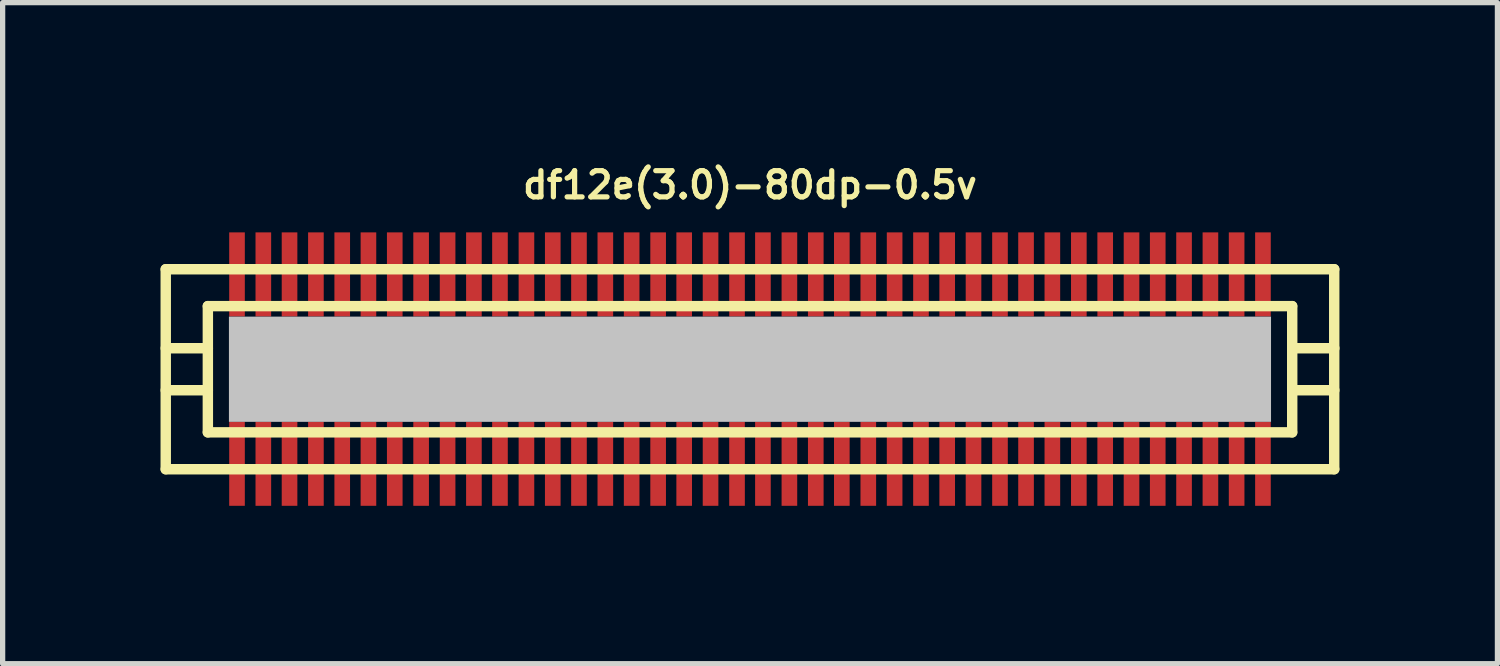
<source format=kicad_pcb>
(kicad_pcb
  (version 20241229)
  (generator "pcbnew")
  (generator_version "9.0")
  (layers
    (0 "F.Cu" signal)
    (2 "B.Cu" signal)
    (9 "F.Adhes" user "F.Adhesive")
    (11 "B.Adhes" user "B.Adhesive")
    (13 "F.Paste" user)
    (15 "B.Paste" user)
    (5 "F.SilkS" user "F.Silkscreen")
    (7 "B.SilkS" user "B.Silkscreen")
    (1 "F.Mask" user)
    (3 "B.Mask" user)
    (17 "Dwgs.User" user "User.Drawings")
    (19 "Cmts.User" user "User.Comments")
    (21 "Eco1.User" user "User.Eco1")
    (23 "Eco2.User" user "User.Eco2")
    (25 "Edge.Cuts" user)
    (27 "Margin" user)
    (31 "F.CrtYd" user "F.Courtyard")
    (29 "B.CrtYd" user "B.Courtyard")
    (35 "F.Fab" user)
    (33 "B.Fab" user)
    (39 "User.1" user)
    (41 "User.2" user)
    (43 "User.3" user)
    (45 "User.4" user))
  (footprint "df12e(3.0)-80dp-0.5v"
    (layer "F.Cu")
    (at 11.199 3.965)
    (property "Reference" "df12e(3.0)-80dp-0.5v" (at 0 -3.5 0) (layer "F.SilkS") (effects (font (size 0.498 0.498) (thickness 0.099))))
    (attr smd)
    (fp_line (start -11.1 -1.9) (end -11.1 1.9) (stroke (width 0.198) (type solid)) (layer "F.SilkS"))
    (fp_line (start -11.1 -1.9) (end 11.1 -1.9) (stroke (width 0.198) (type solid)) (layer "F.SilkS"))
    (fp_line (start -10.3 -0.399) (end -11.1 -0.399) (stroke (width 0.198) (type solid)) (layer "F.SilkS"))
    (fp_line (start -10.3 0.399) (end -11.1 0.399) (stroke (width 0.198) (type solid)) (layer "F.SilkS"))
    (fp_line (start -10.3 1.199) (end -10.3 -1.199) (stroke (width 0.198) (type solid)) (layer "F.SilkS"))
    (fp_line (start -10.3 1.199) (end 10.3 1.199) (stroke (width 0.198) (type solid)) (layer "F.SilkS"))
    (fp_line (start 10.3 -1.199) (end -10.3 -1.199) (stroke (width 0.198) (type solid)) (layer "F.SilkS"))
    (fp_line (start 10.302 -1.199) (end 10.302 1.199) (stroke (width 0.198) (type solid)) (layer "F.SilkS"))
    (fp_line (start 10.302 -0.399) (end 11.102 -0.399) (stroke (width 0.198) (type solid)) (layer "F.SilkS"))
    (fp_line (start 11.1 1.9) (end -11.1 1.9) (stroke (width 0.198) (type solid)) (layer "F.SilkS"))
    (fp_line (start 11.1 1.9) (end 11.1 -1.9) (stroke (width 0.198) (type solid)) (layer "F.SilkS"))
    (fp_line (start 11.102 0.399) (end 10.302 0.399) (stroke (width 0.198) (type solid)) (layer "F.SilkS"))
    (pad "" smd rect (at 0 0) (size 19.799 1.999) (layers "Dwgs.User"))
    (pad "1" smd rect (at 9.746 1.796) (size 0.297 1.598) (layers "F.Cu" "F.Mask" "F.Paste"))
    (pad "2" smd rect (at 9.246 1.796) (size 0.297 1.598) (layers "F.Cu" "F.Mask" "F.Paste"))
    (pad "3" smd rect (at 8.748 1.796) (size 0.297 1.598) (layers "F.Cu" "F.Mask" "F.Paste"))
    (pad "4" smd rect (at 8.247 1.796) (size 0.297 1.598) (layers "F.Cu" "F.Mask" "F.Paste"))
    (pad "5" smd rect (at 7.747 1.796) (size 0.297 1.598) (layers "F.Cu" "F.Mask" "F.Paste"))
    (pad "6" smd rect (at 7.249 1.796) (size 0.297 1.598) (layers "F.Cu" "F.Mask" "F.Paste"))
    (pad "7" smd rect (at 6.749 1.796) (size 0.297 1.598) (layers "F.Cu" "F.Mask" "F.Paste"))
    (pad "8" smd rect (at 6.248 1.796) (size 0.297 1.598) (layers "F.Cu" "F.Mask" "F.Paste"))
    (pad "9" smd rect (at 5.745 1.796) (size 0.297 1.598) (layers "F.Cu" "F.Mask" "F.Paste"))
    (pad "10" smd rect (at 5.245 1.796) (size 0.297 1.598) (layers "F.Cu" "F.Mask" "F.Paste"))
    (pad "11" smd rect (at 4.75 1.796) (size 0.297 1.598) (layers "F.Cu" "F.Mask" "F.Paste"))
    (pad "12" smd rect (at 4.247 1.796) (size 0.297 1.598) (layers "F.Cu" "F.Mask" "F.Paste"))
    (pad "13" smd rect (at 3.747 1.796) (size 0.297 1.598) (layers "F.Cu" "F.Mask" "F.Paste"))
    (pad "14" smd rect (at 3.249 1.796) (size 0.297 1.598) (layers "F.Cu" "F.Mask" "F.Paste"))
    (pad "15" smd rect (at 2.748 1.796) (size 0.297 1.598) (layers "F.Cu" "F.Mask" "F.Paste"))
    (pad "16" smd rect (at 2.248 1.796) (size 0.297 1.598) (layers "F.Cu" "F.Mask" "F.Paste"))
    (pad "17" smd rect (at 1.745 1.796) (size 0.297 1.598) (layers "F.Cu" "F.Mask" "F.Paste"))
    (pad "18" smd rect (at 1.25 1.796) (size 0.297 1.598) (layers "F.Cu" "F.Mask" "F.Paste"))
    (pad "19" smd rect (at 0.749 1.796) (size 0.297 1.598) (layers "F.Cu" "F.Mask" "F.Paste"))
    (pad "20" smd rect (at 0.246 1.796) (size 0.297 1.598) (layers "F.Cu" "F.Mask" "F.Paste"))
    (pad "21" smd rect (at -0.246 1.796) (size 0.297 1.598) (layers "F.Cu" "F.Mask" "F.Paste"))
    (pad "22" smd rect (at -0.749 1.796) (size 0.297 1.598) (layers "F.Cu" "F.Mask" "F.Paste"))
    (pad "23" smd rect (at -1.25 1.796) (size 0.297 1.598) (layers "F.Cu" "F.Mask" "F.Paste"))
    (pad "24" smd rect (at -1.745 1.796) (size 0.297 1.598) (layers "F.Cu" "F.Mask" "F.Paste"))
    (pad "25" smd rect (at -2.248 1.796) (size 0.297 1.598) (layers "F.Cu" "F.Mask" "F.Paste"))
    (pad "26" smd rect (at -2.748 1.796) (size 0.297 1.598) (layers "F.Cu" "F.Mask" "F.Paste"))
    (pad "27" smd rect (at -3.249 1.796) (size 0.297 1.598) (layers "F.Cu" "F.Mask" "F.Paste"))
    (pad "28" smd rect (at -3.747 1.796) (size 0.297 1.598) (layers "F.Cu" "F.Mask" "F.Paste"))
    (pad "29" smd rect (at -4.247 1.796) (size 0.297 1.598) (layers "F.Cu" "F.Mask" "F.Paste"))
    (pad "30" smd rect (at -4.75 1.796) (size 0.297 1.598) (layers "F.Cu" "F.Mask" "F.Paste"))
    (pad "31" smd rect (at -5.245 1.796) (size 0.297 1.598) (layers "F.Cu" "F.Mask" "F.Paste"))
    (pad "32" smd rect (at -5.745 1.796) (size 0.297 1.598) (layers "F.Cu" "F.Mask" "F.Paste"))
    (pad "33" smd rect (at -6.248 1.796) (size 0.297 1.598) (layers "F.Cu" "F.Mask" "F.Paste"))
    (pad "34" smd rect (at -6.749 1.796) (size 0.297 1.598) (layers "F.Cu" "F.Mask" "F.Paste"))
    (pad "35" smd rect (at -7.249 1.796) (size 0.297 1.598) (layers "F.Cu" "F.Mask" "F.Paste"))
    (pad "36" smd rect (at -7.747 1.796) (size 0.297 1.598) (layers "F.Cu" "F.Mask" "F.Paste"))
    (pad "37" smd rect (at -8.247 1.796) (size 0.297 1.598) (layers "F.Cu" "F.Mask" "F.Paste"))
    (pad "38" smd rect (at -8.748 1.796) (size 0.297 1.598) (layers "F.Cu" "F.Mask" "F.Paste"))
    (pad "39" smd rect (at -9.246 1.796) (size 0.297 1.598) (layers "F.Cu" "F.Mask" "F.Paste"))
    (pad "40" smd rect (at -9.746 1.796) (size 0.297 1.598) (layers "F.Cu" "F.Mask" "F.Paste"))
    (pad "41" smd rect (at -9.746 -1.801) (size 0.297 1.598) (layers "F.Cu" "F.Mask" "F.Paste"))
    (pad "42" smd rect (at -9.246 -1.801) (size 0.297 1.598) (layers "F.Cu" "F.Mask" "F.Paste"))
    (pad "43" smd rect (at -8.748 -1.801) (size 0.297 1.598) (layers "F.Cu" "F.Mask" "F.Paste"))
    (pad "44" smd rect (at -8.247 -1.801) (size 0.297 1.598) (layers "F.Cu" "F.Mask" "F.Paste"))
    (pad "45" smd rect (at -7.747 -1.801) (size 0.297 1.598) (layers "F.Cu" "F.Mask" "F.Paste"))
    (pad "46" smd rect (at -7.249 -1.801) (size 0.297 1.598) (layers "F.Cu" "F.Mask" "F.Paste"))
    (pad "47" smd rect (at -6.749 -1.801) (size 0.297 1.598) (layers "F.Cu" "F.Mask" "F.Paste"))
    (pad "48" smd rect (at -6.248 -1.801) (size 0.297 1.598) (layers "F.Cu" "F.Mask" "F.Paste"))
    (pad "49" smd rect (at -5.745 -1.801) (size 0.297 1.598) (layers "F.Cu" "F.Mask" "F.Paste"))
    (pad "50" smd rect (at -5.245 -1.801) (size 0.297 1.598) (layers "F.Cu" "F.Mask" "F.Paste"))
    (pad "51" smd rect (at -4.75 -1.801) (size 0.297 1.598) (layers "F.Cu" "F.Mask" "F.Paste"))
    (pad "52" smd rect (at -4.247 -1.801) (size 0.297 1.598) (layers "F.Cu" "F.Mask" "F.Paste"))
    (pad "53" smd rect (at -3.747 -1.801) (size 0.297 1.598) (layers "F.Cu" "F.Mask" "F.Paste"))
    (pad "54" smd rect (at -3.249 -1.801) (size 0.297 1.598) (layers "F.Cu" "F.Mask" "F.Paste"))
    (pad "55" smd rect (at -2.748 -1.801) (size 0.297 1.598) (layers "F.Cu" "F.Mask" "F.Paste"))
    (pad "56" smd rect (at -2.248 -1.801) (size 0.297 1.598) (layers "F.Cu" "F.Mask" "F.Paste"))
    (pad "57" smd rect (at -1.745 -1.801) (size 0.297 1.598) (layers "F.Cu" "F.Mask" "F.Paste"))
    (pad "58" smd rect (at -1.25 -1.801) (size 0.297 1.598) (layers "F.Cu" "F.Mask" "F.Paste"))
    (pad "59" smd rect (at -0.749 -1.801) (size 0.297 1.598) (layers "F.Cu" "F.Mask" "F.Paste"))
    (pad "60" smd rect (at -0.246 -1.801) (size 0.297 1.598) (layers "F.Cu" "F.Mask" "F.Paste"))
    (pad "61" smd rect (at 0.246 -1.801) (size 0.297 1.598) (layers "F.Cu" "F.Mask" "F.Paste"))
    (pad "62" smd rect (at 0.749 -1.801) (size 0.297 1.598) (layers "F.Cu" "F.Mask" "F.Paste"))
    (pad "63" smd rect (at 1.25 -1.801) (size 0.297 1.598) (layers "F.Cu" "F.Mask" "F.Paste"))
    (pad "64" smd rect (at 1.745 -1.801) (size 0.297 1.598) (layers "F.Cu" "F.Mask" "F.Paste"))
    (pad "65" smd rect (at 2.248 -1.801) (size 0.297 1.598) (layers "F.Cu" "F.Mask" "F.Paste"))
    (pad "66" smd rect (at 2.748 -1.801) (size 0.297 1.598) (layers "F.Cu" "F.Mask" "F.Paste"))
    (pad "67" smd rect (at 3.249 -1.801) (size 0.297 1.598) (layers "F.Cu" "F.Mask" "F.Paste"))
    (pad "68" smd rect (at 3.747 -1.801) (size 0.297 1.598) (layers "F.Cu" "F.Mask" "F.Paste"))
    (pad "69" smd rect (at 4.247 -1.801) (size 0.297 1.598) (layers "F.Cu" "F.Mask" "F.Paste"))
    (pad "70" smd rect (at 4.75 -1.801) (size 0.297 1.598) (layers "F.Cu" "F.Mask" "F.Paste"))
    (pad "71" smd rect (at 5.245 -1.801) (size 0.297 1.598) (layers "F.Cu" "F.Mask" "F.Paste"))
    (pad "72" smd rect (at 5.745 -1.801) (size 0.297 1.598) (layers "F.Cu" "F.Mask" "F.Paste"))
    (pad "73" smd rect (at 6.248 -1.801) (size 0.297 1.598) (layers "F.Cu" "F.Mask" "F.Paste"))
    (pad "74" smd rect (at 6.749 -1.801) (size 0.297 1.598) (layers "F.Cu" "F.Mask" "F.Paste"))
    (pad "75" smd rect (at 7.249 -1.801) (size 0.297 1.598) (layers "F.Cu" "F.Mask" "F.Paste"))
    (pad "76" smd rect (at 7.747 -1.801) (size 0.297 1.598) (layers "F.Cu" "F.Mask" "F.Paste"))
    (pad "77" smd rect (at 8.247 -1.801) (size 0.297 1.598) (layers "F.Cu" "F.Mask" "F.Paste"))
    (pad "78" smd rect (at 8.748 -1.801) (size 0.297 1.598) (layers "F.Cu" "F.Mask" "F.Paste"))
    (pad "79" smd rect (at 9.246 -1.801) (size 0.297 1.598) (layers "F.Cu" "F.Mask" "F.Paste"))
    (pad "80" smd rect (at 9.746 -1.801) (size 0.297 1.598) (layers "F.Cu" "F.Mask" "F.Paste")))
  (gr_rect
    (start -3 -3)
    (end 25.4 9.56)
    (stroke (width 0.1) (type default))
    (fill no)
    (layer "Edge.Cuts")))
</source>
